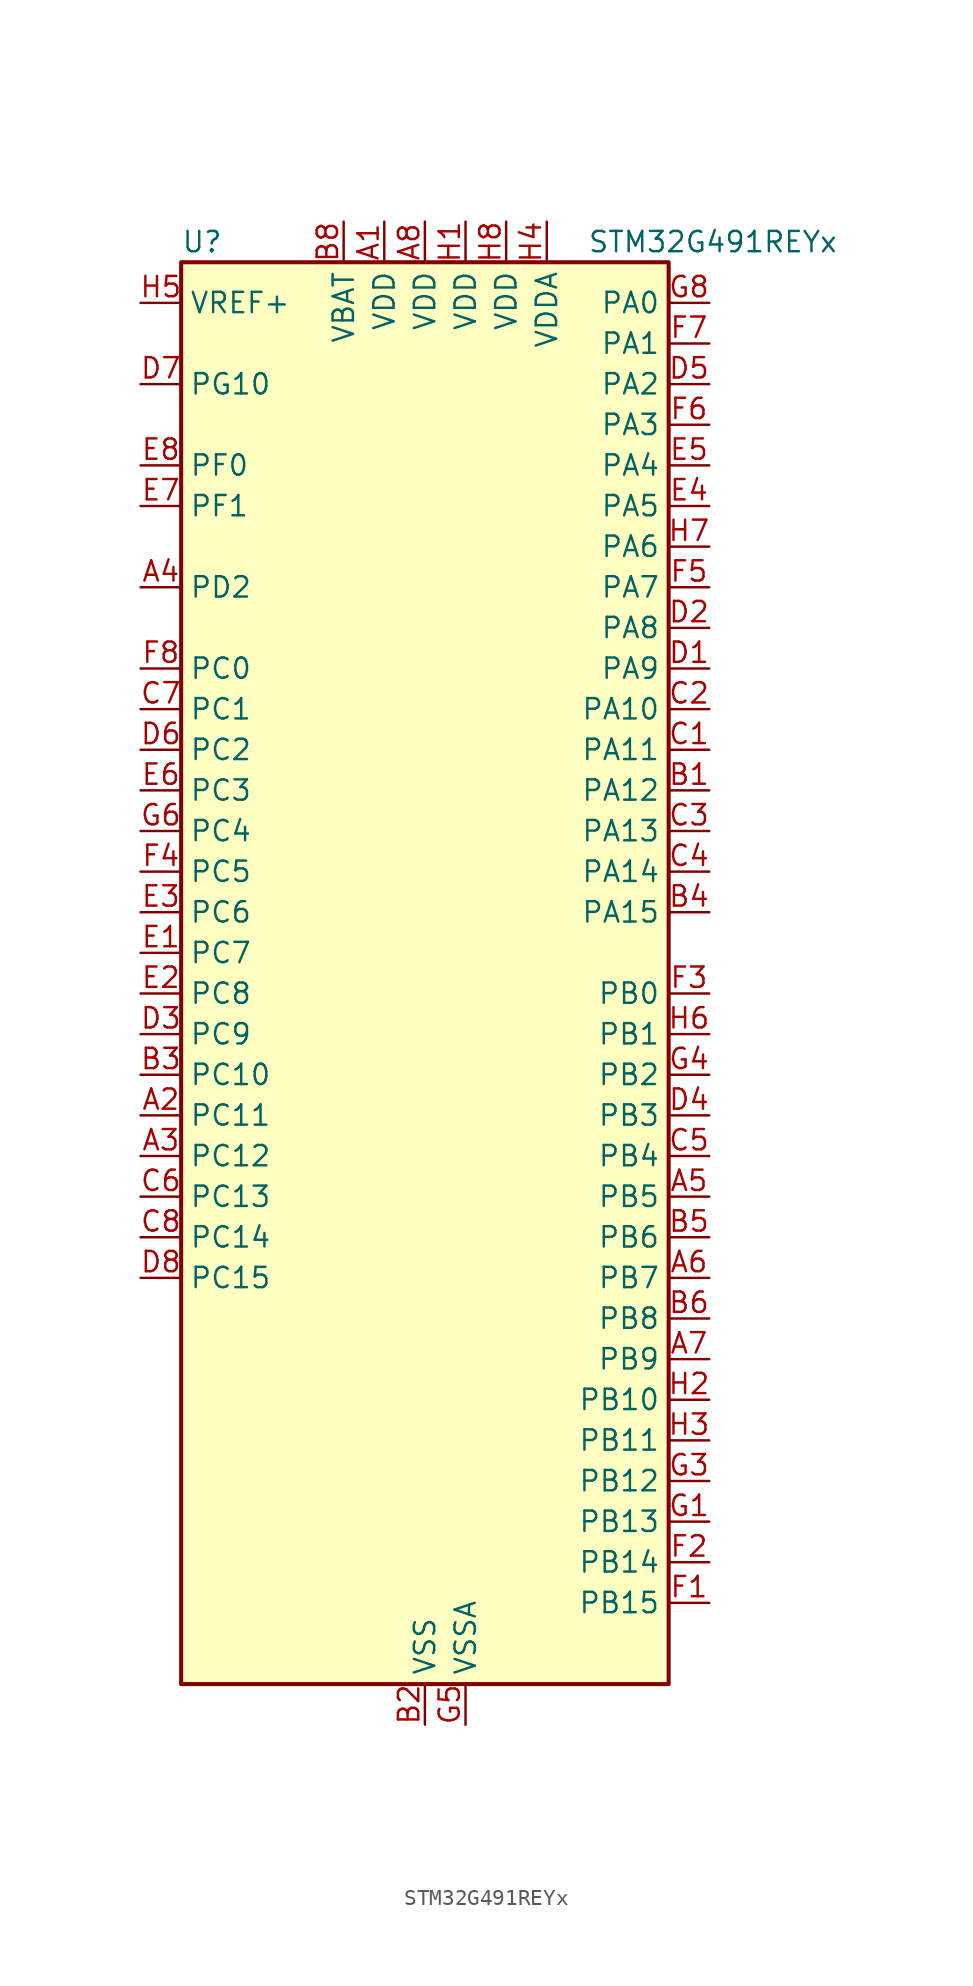
<source format=kicad_sym>
(kicad_symbol_lib
  (version 20220914)
  (generator kicad_symbol_editor)
  (symbol "STM32G491REYx"
    (property "Reference" "U"
      (at -15.24 46.99 0)
      (effects (font (size 1.27 1.27)) (justify left)))
    (property "Value" "STM32G491REYx"
      (at 10.16 46.99 0)
      (effects (font (size 1.27 1.27)) (justify left)))
    (property "ki_locked" ""
      (at 0 0 0)
      (effects (font (size 1.27 1.27))))
    (symbol "STM32G491REYx_0_1"
      (rectangle (start -15.24 -43.18) (end 15.24 45.72) (stroke (width 0.254) (type default)) (fill (type background))))
    (symbol "STM32G491REYx_1_1"
      (pin power_in line (at -2.54 48.26 270) (length 2.54) (name "VDD" (effects (font (size 1.27 1.27)))) (number "A1" (effects (font (size 1.27 1.27)))))
      (pin bidirectional line (at -17.78 -7.62 0) (length 2.54) (name "PC11" (effects (font (size 1.27 1.27)))) (number "A2" (effects (font (size 1.27 1.27)))) (alternate "ADC1_EXTI11" bidirectional line) (alternate "ADC2_EXTI11" bidirectional line) (alternate "I2C3_SDA" bidirectional line) (alternate "SPI3_MISO" bidirectional line) (alternate "TIM8_CH2N" bidirectional line) (alternate "UART4_RX" bidirectional line) (alternate "USART3_RX" bidirectional line))
      (pin bidirectional line (at -17.78 -10.16 0) (length 2.54) (name "PC12" (effects (font (size 1.27 1.27)))) (number "A3" (effects (font (size 1.27 1.27)))) (alternate "I2S3_SD" bidirectional line) (alternate "SPI3_MOSI" bidirectional line) (alternate "TIM8_CH3N" bidirectional line) (alternate "UART5_TX" bidirectional line) (alternate "UCPD1_FRSTX1" bidirectional line) (alternate "UCPD1_FRSTX2" bidirectional line) (alternate "USART3_CK" bidirectional line))
      (pin bidirectional line (at -17.78 25.4 0) (length 2.54) (name "PD2" (effects (font (size 1.27 1.27)))) (number "A4" (effects (font (size 1.27 1.27)))) (alternate "ADC3_EXTI2" bidirectional line) (alternate "TIM3_ETR" bidirectional line) (alternate "TIM8_BKIN" bidirectional line) (alternate "UART5_RX" bidirectional line))
      (pin bidirectional line (at 17.78 -12.7 180) (length 2.54) (name "PB5" (effects (font (size 1.27 1.27)))) (number "A5" (effects (font (size 1.27 1.27)))) (alternate "FDCAN2_RX" bidirectional line) (alternate "I2C1_SMBA" bidirectional line) (alternate "I2C3_SDA" bidirectional line) (alternate "I2S3_SD" bidirectional line) (alternate "LPTIM1_IN1" bidirectional line) (alternate "SAI1_SD_B" bidirectional line) (alternate "SPI1_MOSI" bidirectional line) (alternate "SPI3_MOSI" bidirectional line) (alternate "TIM16_BKIN" bidirectional line) (alternate "TIM17_CH1" bidirectional line) (alternate "TIM3_CH2" bidirectional line) (alternate "TIM8_CH3N" bidirectional line) (alternate "UART5_CTS" bidirectional line) (alternate "USART2_CK" bidirectional line))
      (pin bidirectional line (at 17.78 -17.78 180) (length 2.54) (name "PB7" (effects (font (size 1.27 1.27)))) (number "A6" (effects (font (size 1.27 1.27)))) (alternate "COMP3_OUT" bidirectional line) (alternate "I2C1_SDA" bidirectional line) (alternate "LPTIM1_IN2" bidirectional line) (alternate "SYS_PVD_IN" bidirectional line) (alternate "TIM17_CH1N" bidirectional line) (alternate "TIM3_CH4" bidirectional line) (alternate "TIM4_CH2" bidirectional line) (alternate "TIM8_BKIN" bidirectional line) (alternate "UART4_CTS" bidirectional line) (alternate "USART1_RX" bidirectional line))
      (pin bidirectional line (at 17.78 -22.86 180) (length 2.54) (name "PB9" (effects (font (size 1.27 1.27)))) (number "A7" (effects (font (size 1.27 1.27)))) (alternate "COMP2_OUT" bidirectional line) (alternate "DAC1_EXTI9" bidirectional line) (alternate "DAC3_EXTI9" bidirectional line) (alternate "FDCAN1_TX" bidirectional line) (alternate "I2C1_SDA" bidirectional line) (alternate "IR_OUT" bidirectional line) (alternate "SAI1_D2" bidirectional line) (alternate "SAI1_FS_A" bidirectional line) (alternate "TIM17_CH1" bidirectional line) (alternate "TIM1_CH3N" bidirectional line) (alternate "TIM4_CH4" bidirectional line) (alternate "TIM8_CH3" bidirectional line) (alternate "USART3_TX" bidirectional line))
      (pin power_in line (at 0 48.26 270) (length 2.54) (name "VDD" (effects (font (size 1.27 1.27)))) (number "A8" (effects (font (size 1.27 1.27)))))
      (pin bidirectional line (at 17.78 12.7 180) (length 2.54) (name "PA12" (effects (font (size 1.27 1.27)))) (number "B1" (effects (font (size 1.27 1.27)))) (alternate "COMP2_OUT" bidirectional line) (alternate "FDCAN1_TX" bidirectional line) (alternate "I2S_CKIN" bidirectional line) (alternate "TIM16_CH1" bidirectional line) (alternate "TIM1_CH2N" bidirectional line) (alternate "TIM1_ETR" bidirectional line) (alternate "TIM4_CH2" bidirectional line) (alternate "USART1_DE" bidirectional line) (alternate "USART1_RTS" bidirectional line) (alternate "USB_DP" bidirectional line))
      (pin power_in line (at 0 -45.72 90) (length 2.54) (name "VSS" (effects (font (size 1.27 1.27)))) (number "B2" (effects (font (size 1.27 1.27)))))
      (pin bidirectional line (at -17.78 -5.08 0) (length 2.54) (name "PC10" (effects (font (size 1.27 1.27)))) (number "B3" (effects (font (size 1.27 1.27)))) (alternate "DAC1_EXTI10" bidirectional line) (alternate "DAC3_EXTI10" bidirectional line) (alternate "I2S3_CK" bidirectional line) (alternate "SPI3_SCK" bidirectional line) (alternate "TIM8_CH1N" bidirectional line) (alternate "UART4_TX" bidirectional line) (alternate "USART3_TX" bidirectional line))
      (pin bidirectional line (at 17.78 5.08 180) (length 2.54) (name "PA15" (effects (font (size 1.27 1.27)))) (number "B4" (effects (font (size 1.27 1.27)))) (alternate "ADC1_EXTI15" bidirectional line) (alternate "ADC2_EXTI15" bidirectional line) (alternate "I2C1_SCL" bidirectional line) (alternate "I2S3_WS" bidirectional line) (alternate "SPI1_NSS" bidirectional line) (alternate "SPI3_NSS" bidirectional line) (alternate "SYS_JTDI" bidirectional line) (alternate "TIM1_BKIN" bidirectional line) (alternate "TIM20_ETR" bidirectional line) (alternate "TIM2_CH1" bidirectional line) (alternate "TIM2_ETR" bidirectional line) (alternate "TIM8_CH1" bidirectional line) (alternate "UART4_DE" bidirectional line) (alternate "UART4_RTS" bidirectional line) (alternate "USART2_RX" bidirectional line))
      (pin bidirectional line (at 17.78 -15.24 180) (length 2.54) (name "PB6" (effects (font (size 1.27 1.27)))) (number "B5" (effects (font (size 1.27 1.27)))) (alternate "COMP4_OUT" bidirectional line) (alternate "FDCAN2_TX" bidirectional line) (alternate "LPTIM1_ETR" bidirectional line) (alternate "SAI1_FS_B" bidirectional line) (alternate "TIM16_CH1N" bidirectional line) (alternate "TIM4_CH1" bidirectional line) (alternate "TIM8_BKIN2" bidirectional line) (alternate "TIM8_CH1" bidirectional line) (alternate "TIM8_ETR" bidirectional line) (alternate "UCPD1_CC1" bidirectional line) (alternate "USART1_TX" bidirectional line))
      (pin bidirectional line (at 17.78 -20.32 180) (length 2.54) (name "PB8" (effects (font (size 1.27 1.27)))) (number "B6" (effects (font (size 1.27 1.27)))) (alternate "COMP1_OUT" bidirectional line) (alternate "FDCAN1_RX" bidirectional line) (alternate "I2C1_SCL" bidirectional line) (alternate "SAI1_CK1" bidirectional line) (alternate "SAI1_MCLK_A" bidirectional line) (alternate "TIM16_CH1" bidirectional line) (alternate "TIM1_BKIN" bidirectional line) (alternate "TIM4_CH3" bidirectional line) (alternate "TIM8_CH2" bidirectional line) (alternate "USART3_RX" bidirectional line))
      (pin passive line (at 0 -45.72 90) (length 2.54) hide (name "VSS" (effects (font (size 1.27 1.27)))) (number "B7" (effects (font (size 1.27 1.27)))))
      (pin power_in line (at -5.08 48.26 270) (length 2.54) (name "VBAT" (effects (font (size 1.27 1.27)))) (number "B8" (effects (font (size 1.27 1.27)))))
      (pin bidirectional line (at 17.78 15.24 180) (length 2.54) (name "PA11" (effects (font (size 1.27 1.27)))) (number "C1" (effects (font (size 1.27 1.27)))) (alternate "ADC1_EXTI11" bidirectional line) (alternate "ADC2_EXTI11" bidirectional line) (alternate "COMP1_OUT" bidirectional line) (alternate "FDCAN1_RX" bidirectional line) (alternate "I2S2_SD" bidirectional line) (alternate "SPI2_MOSI" bidirectional line) (alternate "TIM1_BKIN2" bidirectional line) (alternate "TIM1_CH1N" bidirectional line) (alternate "TIM1_CH4" bidirectional line) (alternate "TIM4_CH1" bidirectional line) (alternate "USART1_CTS" bidirectional line) (alternate "USART1_NSS" bidirectional line) (alternate "USB_DM" bidirectional line))
      (pin bidirectional line (at 17.78 17.78 180) (length 2.54) (name "PA10" (effects (font (size 1.27 1.27)))) (number "C2" (effects (font (size 1.27 1.27)))) (alternate "CRS_SYNC" bidirectional line) (alternate "DAC1_EXTI10" bidirectional line) (alternate "DAC3_EXTI10" bidirectional line) (alternate "I2C2_SMBA" bidirectional line) (alternate "SAI1_D1" bidirectional line) (alternate "SAI1_SD_A" bidirectional line) (alternate "SPI2_MISO" bidirectional line) (alternate "TIM17_BKIN" bidirectional line) (alternate "TIM1_CH3" bidirectional line) (alternate "TIM2_CH4" bidirectional line) (alternate "TIM8_BKIN" bidirectional line) (alternate "UCPD1_DBCC2" bidirectional line) (alternate "USART1_RX" bidirectional line))
      (pin bidirectional line (at 17.78 10.16 180) (length 2.54) (name "PA13" (effects (font (size 1.27 1.27)))) (number "C3" (effects (font (size 1.27 1.27)))) (alternate "I2C1_SCL" bidirectional line) (alternate "IR_OUT" bidirectional line) (alternate "SAI1_SD_B" bidirectional line) (alternate "SYS_JTMS-SWDIO" bidirectional line) (alternate "TIM16_CH1N" bidirectional line) (alternate "TIM4_CH3" bidirectional line) (alternate "USART3_CTS" bidirectional line) (alternate "USART3_NSS" bidirectional line))
      (pin bidirectional line (at 17.78 7.62 180) (length 2.54) (name "PA14" (effects (font (size 1.27 1.27)))) (number "C4" (effects (font (size 1.27 1.27)))) (alternate "I2C1_SDA" bidirectional line) (alternate "LPTIM1_OUT" bidirectional line) (alternate "SAI1_FS_B" bidirectional line) (alternate "SYS_JTCK-SWCLK" bidirectional line) (alternate "TIM1_BKIN" bidirectional line) (alternate "TIM8_CH2" bidirectional line) (alternate "USART2_TX" bidirectional line))
      (pin bidirectional line (at 17.78 -10.16 180) (length 2.54) (name "PB4" (effects (font (size 1.27 1.27)))) (number "C5" (effects (font (size 1.27 1.27)))) (alternate "SAI1_MCLK_B" bidirectional line) (alternate "SPI1_MISO" bidirectional line) (alternate "SPI3_MISO" bidirectional line) (alternate "SYS_JTRST" bidirectional line) (alternate "TIM16_CH1" bidirectional line) (alternate "TIM17_BKIN" bidirectional line) (alternate "TIM3_CH1" bidirectional line) (alternate "TIM8_CH2N" bidirectional line) (alternate "UART5_DE" bidirectional line) (alternate "UART5_RTS" bidirectional line) (alternate "UCPD1_CC2" bidirectional line) (alternate "USART2_RX" bidirectional line))
      (pin bidirectional line (at -17.78 -12.7 0) (length 2.54) (name "PC13" (effects (font (size 1.27 1.27)))) (number "C6" (effects (font (size 1.27 1.27)))) (alternate "RTC_OUT1" bidirectional line) (alternate "RTC_TAMP1" bidirectional line) (alternate "RTC_TS" bidirectional line) (alternate "SYS_WKUP2" bidirectional line) (alternate "TIM1_BKIN" bidirectional line) (alternate "TIM1_CH1N" bidirectional line) (alternate "TIM8_CH4N" bidirectional line))
      (pin bidirectional line (at -17.78 17.78 0) (length 2.54) (name "PC1" (effects (font (size 1.27 1.27)))) (number "C7" (effects (font (size 1.27 1.27)))) (alternate "ADC1_IN7" bidirectional line) (alternate "ADC2_IN7" bidirectional line) (alternate "COMP3_INP" bidirectional line) (alternate "LPTIM1_OUT" bidirectional line) (alternate "LPUART1_TX" bidirectional line) (alternate "QUADSPI1_BK2_IO0" bidirectional line) (alternate "SAI1_SD_A" bidirectional line) (alternate "TIM1_CH2" bidirectional line))
      (pin bidirectional line (at -17.78 -15.24 0) (length 2.54) (name "PC14" (effects (font (size 1.27 1.27)))) (number "C8" (effects (font (size 1.27 1.27)))) (alternate "RCC_OSC32_IN" bidirectional line))
      (pin bidirectional line (at 17.78 20.32 180) (length 2.54) (name "PA9" (effects (font (size 1.27 1.27)))) (number "D1" (effects (font (size 1.27 1.27)))) (alternate "DAC1_EXTI9" bidirectional line) (alternate "DAC3_EXTI9" bidirectional line) (alternate "I2C2_SCL" bidirectional line) (alternate "I2C3_SMBA" bidirectional line) (alternate "I2S3_MCK" bidirectional line) (alternate "SAI1_FS_A" bidirectional line) (alternate "TIM15_BKIN" bidirectional line) (alternate "TIM1_CH2" bidirectional line) (alternate "TIM2_CH3" bidirectional line) (alternate "UCPD1_DBCC1" bidirectional line) (alternate "USART1_TX" bidirectional line))
      (pin bidirectional line (at 17.78 22.86 180) (length 2.54) (name "PA8" (effects (font (size 1.27 1.27)))) (number "D2" (effects (font (size 1.27 1.27)))) (alternate "I2C2_SDA" bidirectional line) (alternate "I2C3_SCL" bidirectional line) (alternate "I2S2_MCK" bidirectional line) (alternate "RCC_MCO" bidirectional line) (alternate "SAI1_CK2" bidirectional line) (alternate "SAI1_SCK_A" bidirectional line) (alternate "TIM1_CH1" bidirectional line) (alternate "TIM4_ETR" bidirectional line) (alternate "USART1_CK" bidirectional line))
      (pin bidirectional line (at -17.78 -2.54 0) (length 2.54) (name "PC9" (effects (font (size 1.27 1.27)))) (number "D3" (effects (font (size 1.27 1.27)))) (alternate "DAC1_EXTI9" bidirectional line) (alternate "DAC3_EXTI9" bidirectional line) (alternate "I2C3_SDA" bidirectional line) (alternate "I2S_CKIN" bidirectional line) (alternate "TIM3_CH4" bidirectional line) (alternate "TIM8_BKIN2" bidirectional line) (alternate "TIM8_CH4" bidirectional line))
      (pin bidirectional line (at 17.78 -7.62 180) (length 2.54) (name "PB3" (effects (font (size 1.27 1.27)))) (number "D4" (effects (font (size 1.27 1.27)))) (alternate "ADC3_EXTI3" bidirectional line) (alternate "CRS_SYNC" bidirectional line) (alternate "I2S3_CK" bidirectional line) (alternate "SAI1_SCK_B" bidirectional line) (alternate "SPI1_SCK" bidirectional line) (alternate "SPI3_SCK" bidirectional line) (alternate "SYS_JTDO-SWO" bidirectional line) (alternate "TIM2_CH2" bidirectional line) (alternate "TIM3_ETR" bidirectional line) (alternate "TIM4_ETR" bidirectional line) (alternate "TIM8_CH1N" bidirectional line) (alternate "USART2_TX" bidirectional line))
      (pin bidirectional line (at 17.78 38.1 180) (length 2.54) (name "PA2" (effects (font (size 1.27 1.27)))) (number "D5" (effects (font (size 1.27 1.27)))) (alternate "ADC1_IN3" bidirectional line) (alternate "ADC3_EXTI2" bidirectional line) (alternate "COMP2_INM" bidirectional line) (alternate "COMP2_OUT" bidirectional line) (alternate "LPUART1_TX" bidirectional line) (alternate "OPAMP1_VOUT" bidirectional line) (alternate "QUADSPI1_BK1_NCS" bidirectional line) (alternate "RCC_LSCO" bidirectional line) (alternate "SYS_WKUP4" bidirectional line) (alternate "TIM15_CH1" bidirectional line) (alternate "TIM2_CH3" bidirectional line) (alternate "UCPD1_FRSTX1" bidirectional line) (alternate "UCPD1_FRSTX2" bidirectional line) (alternate "USART2_TX" bidirectional line))
      (pin bidirectional line (at -17.78 15.24 0) (length 2.54) (name "PC2" (effects (font (size 1.27 1.27)))) (number "D6" (effects (font (size 1.27 1.27)))) (alternate "ADC1_IN8" bidirectional line) (alternate "ADC2_IN8" bidirectional line) (alternate "ADC3_EXTI2" bidirectional line) (alternate "COMP3_OUT" bidirectional line) (alternate "LPTIM1_IN2" bidirectional line) (alternate "QUADSPI1_BK2_IO1" bidirectional line) (alternate "TIM1_CH3" bidirectional line) (alternate "TIM20_CH2" bidirectional line))
      (pin bidirectional line (at -17.78 38.1 0) (length 2.54) (name "PG10" (effects (font (size 1.27 1.27)))) (number "D7" (effects (font (size 1.27 1.27)))) (alternate "DAC1_EXTI10" bidirectional line) (alternate "DAC3_EXTI10" bidirectional line) (alternate "RCC_MCO" bidirectional line))
      (pin bidirectional line (at -17.78 -17.78 0) (length 2.54) (name "PC15" (effects (font (size 1.27 1.27)))) (number "D8" (effects (font (size 1.27 1.27)))) (alternate "ADC1_EXTI15" bidirectional line) (alternate "ADC2_EXTI15" bidirectional line) (alternate "RCC_OSC32_OUT" bidirectional line))
      (pin bidirectional line (at -17.78 2.54 0) (length 2.54) (name "PC7" (effects (font (size 1.27 1.27)))) (number "E1" (effects (font (size 1.27 1.27)))) (alternate "I2S3_MCK" bidirectional line) (alternate "TIM3_CH2" bidirectional line) (alternate "TIM8_CH2" bidirectional line))
      (pin bidirectional line (at -17.78 0 0) (length 2.54) (name "PC8" (effects (font (size 1.27 1.27)))) (number "E2" (effects (font (size 1.27 1.27)))) (alternate "I2C3_SCL" bidirectional line) (alternate "TIM20_CH3" bidirectional line) (alternate "TIM3_CH3" bidirectional line) (alternate "TIM8_CH3" bidirectional line))
      (pin bidirectional line (at -17.78 5.08 0) (length 2.54) (name "PC6" (effects (font (size 1.27 1.27)))) (number "E3" (effects (font (size 1.27 1.27)))) (alternate "I2S2_MCK" bidirectional line) (alternate "TIM3_CH1" bidirectional line) (alternate "TIM8_CH1" bidirectional line))
      (pin bidirectional line (at 17.78 30.48 180) (length 2.54) (name "PA5" (effects (font (size 1.27 1.27)))) (number "E4" (effects (font (size 1.27 1.27)))) (alternate "ADC2_IN13" bidirectional line) (alternate "COMP2_INM" bidirectional line) (alternate "DAC1_OUT2" bidirectional line) (alternate "OPAMP2_VINM" bidirectional line) (alternate "OPAMP2_VINM0" bidirectional line) (alternate "OPAMP2_VINM_SEC" bidirectional line) (alternate "SPI1_SCK" bidirectional line) (alternate "TIM2_CH1" bidirectional line) (alternate "TIM2_ETR" bidirectional line) (alternate "UCPD1_FRSTX1" bidirectional line) (alternate "UCPD1_FRSTX2" bidirectional line))
      (pin bidirectional line (at 17.78 33.02 180) (length 2.54) (name "PA4" (effects (font (size 1.27 1.27)))) (number "E5" (effects (font (size 1.27 1.27)))) (alternate "ADC2_IN17" bidirectional line) (alternate "COMP1_INM" bidirectional line) (alternate "DAC1_OUT1" bidirectional line) (alternate "I2S3_WS" bidirectional line) (alternate "SAI1_FS_B" bidirectional line) (alternate "SPI1_NSS" bidirectional line) (alternate "SPI3_NSS" bidirectional line) (alternate "TIM3_CH2" bidirectional line) (alternate "USART2_CK" bidirectional line))
      (pin bidirectional line (at -17.78 12.7 0) (length 2.54) (name "PC3" (effects (font (size 1.27 1.27)))) (number "E6" (effects (font (size 1.27 1.27)))) (alternate "ADC1_IN9" bidirectional line) (alternate "ADC2_IN9" bidirectional line) (alternate "ADC3_EXTI3" bidirectional line) (alternate "LPTIM1_ETR" bidirectional line) (alternate "QUADSPI1_BK2_IO2" bidirectional line) (alternate "SAI1_D1" bidirectional line) (alternate "SAI1_SD_A" bidirectional line) (alternate "TIM1_BKIN2" bidirectional line) (alternate "TIM1_CH4" bidirectional line))
      (pin bidirectional line (at -17.78 30.48 0) (length 2.54) (name "PF1" (effects (font (size 1.27 1.27)))) (number "E7" (effects (font (size 1.27 1.27)))) (alternate "ADC2_IN10" bidirectional line) (alternate "COMP3_INM" bidirectional line) (alternate "I2S2_CK" bidirectional line) (alternate "RCC_OSC_OUT" bidirectional line) (alternate "SPI2_SCK" bidirectional line))
      (pin bidirectional line (at -17.78 33.02 0) (length 2.54) (name "PF0" (effects (font (size 1.27 1.27)))) (number "E8" (effects (font (size 1.27 1.27)))) (alternate "ADC1_IN10" bidirectional line) (alternate "I2C2_SDA" bidirectional line) (alternate "I2S2_WS" bidirectional line) (alternate "RCC_OSC_IN" bidirectional line) (alternate "SPI2_NSS" bidirectional line) (alternate "TIM1_CH3N" bidirectional line))
      (pin bidirectional line (at 17.78 -38.1 180) (length 2.54) (name "PB15" (effects (font (size 1.27 1.27)))) (number "F1" (effects (font (size 1.27 1.27)))) (alternate "ADC1_EXTI15" bidirectional line) (alternate "ADC2_EXTI15" bidirectional line) (alternate "ADC2_IN15" bidirectional line) (alternate "COMP3_OUT" bidirectional line) (alternate "I2S2_SD" bidirectional line) (alternate "RTC_REFIN" bidirectional line) (alternate "SPI2_MOSI" bidirectional line) (alternate "TIM15_CH1N" bidirectional line) (alternate "TIM15_CH2" bidirectional line) (alternate "TIM1_CH3N" bidirectional line))
      (pin bidirectional line (at 17.78 -35.56 180) (length 2.54) (name "PB14" (effects (font (size 1.27 1.27)))) (number "F2" (effects (font (size 1.27 1.27)))) (alternate "ADC1_IN5" bidirectional line) (alternate "COMP4_OUT" bidirectional line) (alternate "OPAMP2_VINP" bidirectional line) (alternate "OPAMP2_VINP_SEC" bidirectional line) (alternate "SPI2_MISO" bidirectional line) (alternate "TIM15_CH1" bidirectional line) (alternate "TIM1_CH2N" bidirectional line) (alternate "USART3_DE" bidirectional line) (alternate "USART3_RTS" bidirectional line))
      (pin bidirectional line (at 17.78 0 180) (length 2.54) (name "PB0" (effects (font (size 1.27 1.27)))) (number "F3" (effects (font (size 1.27 1.27)))) (alternate "ADC1_IN15" bidirectional line) (alternate "ADC3_IN12" bidirectional line) (alternate "COMP4_INP" bidirectional line) (alternate "OPAMP2_VINP" bidirectional line) (alternate "OPAMP2_VINP_SEC" bidirectional line) (alternate "OPAMP3_VINP" bidirectional line) (alternate "OPAMP3_VINP_SEC" bidirectional line) (alternate "QUADSPI1_BK1_IO1" bidirectional line) (alternate "TIM1_CH2N" bidirectional line) (alternate "TIM3_CH3" bidirectional line) (alternate "TIM8_CH2N" bidirectional line) (alternate "UCPD1_FRSTX1" bidirectional line) (alternate "UCPD1_FRSTX2" bidirectional line))
      (pin bidirectional line (at -17.78 7.62 0) (length 2.54) (name "PC5" (effects (font (size 1.27 1.27)))) (number "F4" (effects (font (size 1.27 1.27)))) (alternate "ADC2_IN11" bidirectional line) (alternate "OPAMP1_VINM" bidirectional line) (alternate "OPAMP1_VINM1" bidirectional line) (alternate "OPAMP1_VINM_SEC" bidirectional line) (alternate "OPAMP2_VINM" bidirectional line) (alternate "OPAMP2_VINM1" bidirectional line) (alternate "OPAMP2_VINM_SEC" bidirectional line) (alternate "SAI1_D3" bidirectional line) (alternate "SYS_WKUP5" bidirectional line) (alternate "TIM15_BKIN" bidirectional line) (alternate "TIM1_CH4N" bidirectional line) (alternate "USART1_RX" bidirectional line))
      (pin bidirectional line (at 17.78 25.4 180) (length 2.54) (name "PA7" (effects (font (size 1.27 1.27)))) (number "F5" (effects (font (size 1.27 1.27)))) (alternate "ADC2_IN4" bidirectional line) (alternate "COMP2_INP" bidirectional line) (alternate "COMP2_OUT" bidirectional line) (alternate "OPAMP1_VINP" bidirectional line) (alternate "OPAMP1_VINP_SEC" bidirectional line) (alternate "OPAMP2_VINP" bidirectional line) (alternate "OPAMP2_VINP_SEC" bidirectional line) (alternate "QUADSPI1_BK1_IO2" bidirectional line) (alternate "SPI1_MOSI" bidirectional line) (alternate "TIM17_CH1" bidirectional line) (alternate "TIM1_CH1N" bidirectional line) (alternate "TIM3_CH2" bidirectional line) (alternate "TIM8_CH1N" bidirectional line) (alternate "UCPD1_FRSTX1" bidirectional line) (alternate "UCPD1_FRSTX2" bidirectional line))
      (pin bidirectional line (at 17.78 35.56 180) (length 2.54) (name "PA3" (effects (font (size 1.27 1.27)))) (number "F6" (effects (font (size 1.27 1.27)))) (alternate "ADC1_IN4" bidirectional line) (alternate "ADC3_EXTI3" bidirectional line) (alternate "COMP2_INP" bidirectional line) (alternate "LPUART1_RX" bidirectional line) (alternate "OPAMP1_VINM" bidirectional line) (alternate "OPAMP1_VINM0" bidirectional line) (alternate "OPAMP1_VINM_SEC" bidirectional line) (alternate "OPAMP1_VINP" bidirectional line) (alternate "OPAMP1_VINP_SEC" bidirectional line) (alternate "QUADSPI1_CLK" bidirectional line) (alternate "SAI1_CK1" bidirectional line) (alternate "SAI1_MCLK_A" bidirectional line) (alternate "TIM15_CH2" bidirectional line) (alternate "TIM2_CH4" bidirectional line) (alternate "USART2_RX" bidirectional line))
      (pin bidirectional line (at 17.78 40.64 180) (length 2.54) (name "PA1" (effects (font (size 1.27 1.27)))) (number "F7" (effects (font (size 1.27 1.27)))) (alternate "ADC1_IN2" bidirectional line) (alternate "ADC2_IN2" bidirectional line) (alternate "COMP1_INP" bidirectional line) (alternate "OPAMP1_VINP" bidirectional line) (alternate "OPAMP1_VINP_SEC" bidirectional line) (alternate "OPAMP3_VINP" bidirectional line) (alternate "OPAMP3_VINP_SEC" bidirectional line) (alternate "OPAMP6_VINM" bidirectional line) (alternate "OPAMP6_VINM0" bidirectional line) (alternate "OPAMP6_VINM_SEC" bidirectional line) (alternate "RTC_REFIN" bidirectional line) (alternate "TIM15_CH1N" bidirectional line) (alternate "TIM2_CH2" bidirectional line) (alternate "USART2_DE" bidirectional line) (alternate "USART2_RTS" bidirectional line))
      (pin bidirectional line (at -17.78 20.32 0) (length 2.54) (name "PC0" (effects (font (size 1.27 1.27)))) (number "F8" (effects (font (size 1.27 1.27)))) (alternate "ADC1_IN6" bidirectional line) (alternate "ADC2_IN6" bidirectional line) (alternate "COMP3_INM" bidirectional line) (alternate "LPTIM1_IN1" bidirectional line) (alternate "LPUART1_RX" bidirectional line) (alternate "TIM1_CH1" bidirectional line))
      (pin bidirectional line (at 17.78 -33.02 180) (length 2.54) (name "PB13" (effects (font (size 1.27 1.27)))) (number "G1" (effects (font (size 1.27 1.27)))) (alternate "ADC3_IN5" bidirectional line) (alternate "FDCAN2_TX" bidirectional line) (alternate "I2S2_CK" bidirectional line) (alternate "LPUART1_CTS" bidirectional line) (alternate "OPAMP3_VINP" bidirectional line) (alternate "OPAMP3_VINP_SEC" bidirectional line) (alternate "OPAMP6_VINP" bidirectional line) (alternate "OPAMP6_VINP_SEC" bidirectional line) (alternate "SPI2_SCK" bidirectional line) (alternate "TIM1_CH1N" bidirectional line) (alternate "USART3_CTS" bidirectional line) (alternate "USART3_NSS" bidirectional line))
      (pin passive line (at 0 -45.72 90) (length 2.54) hide (name "VSS" (effects (font (size 1.27 1.27)))) (number "G2" (effects (font (size 1.27 1.27)))))
      (pin bidirectional line (at 17.78 -30.48 180) (length 2.54) (name "PB12" (effects (font (size 1.27 1.27)))) (number "G3" (effects (font (size 1.27 1.27)))) (alternate "ADC1_IN11" bidirectional line) (alternate "FDCAN2_RX" bidirectional line) (alternate "I2C2_SMBA" bidirectional line) (alternate "I2S2_WS" bidirectional line) (alternate "LPUART1_DE" bidirectional line) (alternate "LPUART1_RTS" bidirectional line) (alternate "OPAMP6_VINP" bidirectional line) (alternate "OPAMP6_VINP_SEC" bidirectional line) (alternate "SPI2_NSS" bidirectional line) (alternate "TIM1_BKIN" bidirectional line) (alternate "USART3_CK" bidirectional line))
      (pin bidirectional line (at 17.78 -5.08 180) (length 2.54) (name "PB2" (effects (font (size 1.27 1.27)))) (number "G4" (effects (font (size 1.27 1.27)))) (alternate "ADC2_IN12" bidirectional line) (alternate "ADC3_EXTI2" bidirectional line) (alternate "COMP4_INM" bidirectional line) (alternate "I2C3_SMBA" bidirectional line) (alternate "LPTIM1_OUT" bidirectional line) (alternate "OPAMP3_VINM" bidirectional line) (alternate "OPAMP3_VINM0" bidirectional line) (alternate "OPAMP3_VINM_SEC" bidirectional line) (alternate "QUADSPI1_BK2_IO1" bidirectional line) (alternate "RTC_OUT2" bidirectional line) (alternate "TIM20_CH1" bidirectional line))
      (pin power_in line (at 2.54 -45.72 90) (length 2.54) (name "VSSA" (effects (font (size 1.27 1.27)))) (number "G5" (effects (font (size 1.27 1.27)))))
      (pin bidirectional line (at -17.78 10.16 0) (length 2.54) (name "PC4" (effects (font (size 1.27 1.27)))) (number "G6" (effects (font (size 1.27 1.27)))) (alternate "ADC2_IN5" bidirectional line) (alternate "I2C2_SCL" bidirectional line) (alternate "QUADSPI1_BK2_IO3" bidirectional line) (alternate "TIM1_ETR" bidirectional line) (alternate "USART1_TX" bidirectional line))
      (pin passive line (at 0 -45.72 90) (length 2.54) hide (name "VSS" (effects (font (size 1.27 1.27)))) (number "G7" (effects (font (size 1.27 1.27)))))
      (pin bidirectional line (at 17.78 43.18 180) (length 2.54) (name "PA0" (effects (font (size 1.27 1.27)))) (number "G8" (effects (font (size 1.27 1.27)))) (alternate "ADC1_IN1" bidirectional line) (alternate "ADC2_IN1" bidirectional line) (alternate "COMP1_INM" bidirectional line) (alternate "COMP1_OUT" bidirectional line) (alternate "COMP3_INP" bidirectional line) (alternate "RTC_TAMP2" bidirectional line) (alternate "SYS_WKUP1" bidirectional line) (alternate "TIM2_CH1" bidirectional line) (alternate "TIM2_ETR" bidirectional line) (alternate "TIM8_BKIN" bidirectional line) (alternate "TIM8_ETR" bidirectional line) (alternate "USART2_CTS" bidirectional line) (alternate "USART2_NSS" bidirectional line))
      (pin power_in line (at 2.54 48.26 270) (length 2.54) (name "VDD" (effects (font (size 1.27 1.27)))) (number "H1" (effects (font (size 1.27 1.27)))))
      (pin bidirectional line (at 17.78 -25.4 180) (length 2.54) (name "PB10" (effects (font (size 1.27 1.27)))) (number "H2" (effects (font (size 1.27 1.27)))) (alternate "DAC1_EXTI10" bidirectional line) (alternate "DAC3_EXTI10" bidirectional line) (alternate "LPUART1_RX" bidirectional line) (alternate "OPAMP3_VINM" bidirectional line) (alternate "OPAMP3_VINM1" bidirectional line) (alternate "OPAMP3_VINM_SEC" bidirectional line) (alternate "QUADSPI1_CLK" bidirectional line) (alternate "SAI1_SCK_A" bidirectional line) (alternate "TIM1_BKIN" bidirectional line) (alternate "TIM2_CH3" bidirectional line) (alternate "USART3_TX" bidirectional line))
      (pin bidirectional line (at 17.78 -27.94 180) (length 2.54) (name "PB11" (effects (font (size 1.27 1.27)))) (number "H3" (effects (font (size 1.27 1.27)))) (alternate "ADC1_EXTI11" bidirectional line) (alternate "ADC1_IN14" bidirectional line) (alternate "ADC2_EXTI11" bidirectional line) (alternate "ADC2_IN14" bidirectional line) (alternate "LPUART1_TX" bidirectional line) (alternate "OPAMP6_VOUT" bidirectional line) (alternate "QUADSPI1_BK1_NCS" bidirectional line) (alternate "TIM2_CH4" bidirectional line) (alternate "USART3_RX" bidirectional line))
      (pin power_in line (at 7.62 48.26 270) (length 2.54) (name "VDDA" (effects (font (size 1.27 1.27)))) (number "H4" (effects (font (size 1.27 1.27)))))
      (pin input line (at -17.78 43.18 0) (length 2.54) (name "VREF+" (effects (font (size 1.27 1.27)))) (number "H5" (effects (font (size 1.27 1.27)))) (alternate "VREFBUF_OUT" bidirectional line))
      (pin bidirectional line (at 17.78 -2.54 180) (length 2.54) (name "PB1" (effects (font (size 1.27 1.27)))) (number "H6" (effects (font (size 1.27 1.27)))) (alternate "ADC1_IN12" bidirectional line) (alternate "ADC3_IN1" bidirectional line) (alternate "COMP1_INP" bidirectional line) (alternate "COMP4_OUT" bidirectional line) (alternate "LPUART1_DE" bidirectional line) (alternate "LPUART1_RTS" bidirectional line) (alternate "OPAMP3_VOUT" bidirectional line) (alternate "OPAMP6_VINM" bidirectional line) (alternate "OPAMP6_VINM1" bidirectional line) (alternate "OPAMP6_VINM_SEC" bidirectional line) (alternate "QUADSPI1_BK1_IO0" bidirectional line) (alternate "TIM1_CH3N" bidirectional line) (alternate "TIM3_CH4" bidirectional line) (alternate "TIM8_CH3N" bidirectional line))
      (pin bidirectional line (at 17.78 27.94 180) (length 2.54) (name "PA6" (effects (font (size 1.27 1.27)))) (number "H7" (effects (font (size 1.27 1.27)))) (alternate "ADC2_IN3" bidirectional line) (alternate "COMP1_OUT" bidirectional line) (alternate "LPUART1_CTS" bidirectional line) (alternate "OPAMP2_VOUT" bidirectional line) (alternate "QUADSPI1_BK1_IO3" bidirectional line) (alternate "SPI1_MISO" bidirectional line) (alternate "TIM16_CH1" bidirectional line) (alternate "TIM1_BKIN" bidirectional line) (alternate "TIM3_CH1" bidirectional line) (alternate "TIM8_BKIN" bidirectional line))
      (pin power_in line (at 5.08 48.26 270) (length 2.54) (name "VDD" (effects (font (size 1.27 1.27)))) (number "H8" (effects (font (size 1.27 1.27))))))))
</source>
